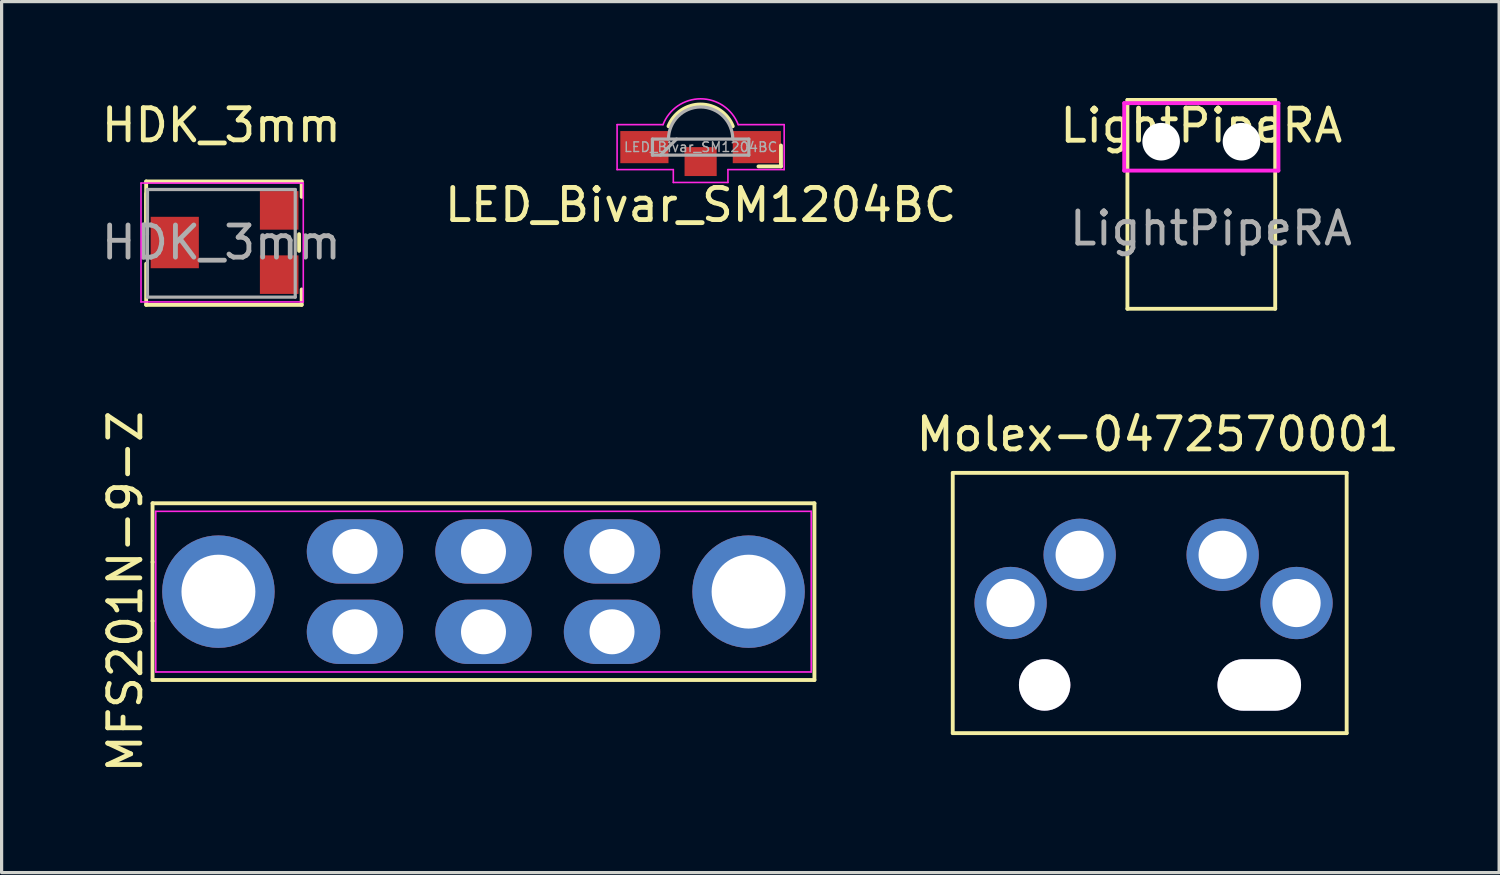
<source format=kicad_pcb>
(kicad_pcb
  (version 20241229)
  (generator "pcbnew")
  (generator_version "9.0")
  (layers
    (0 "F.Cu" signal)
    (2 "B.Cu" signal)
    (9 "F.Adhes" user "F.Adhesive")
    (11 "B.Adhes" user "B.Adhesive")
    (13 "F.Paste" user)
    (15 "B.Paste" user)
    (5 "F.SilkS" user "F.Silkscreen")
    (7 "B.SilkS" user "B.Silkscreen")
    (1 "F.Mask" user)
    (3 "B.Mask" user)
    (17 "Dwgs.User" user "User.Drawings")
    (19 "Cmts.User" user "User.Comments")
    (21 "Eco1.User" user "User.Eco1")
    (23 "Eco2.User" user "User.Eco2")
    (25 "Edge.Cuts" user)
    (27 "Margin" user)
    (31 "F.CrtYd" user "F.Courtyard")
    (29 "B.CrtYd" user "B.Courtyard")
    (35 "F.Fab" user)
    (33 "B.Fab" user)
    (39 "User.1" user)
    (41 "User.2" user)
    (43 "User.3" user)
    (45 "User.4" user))
  (footprint "LED_Bivar_SM1204BC"
    (layer "F.Cu")
    (at 18.756 1.529)
    (property "Reference" "LED_Bivar_SM1204BC" (at 0 1.8 0) (layer "F.SilkS") (effects (font (size 1 1) (thickness 0.15))))
    (attr smd)
    (fp_line (start 1.8 0.6) (end 2.5 0.6) (stroke (width 0.12) (type solid)) (layer "F.SilkS"))
    (fp_line (start 2.5 -0.05) (end 2.5 0.6) (stroke (width 0.12) (type solid)) (layer "F.SilkS"))
    (fp_arc (start -1 -0.65) (mid 0 -1.327033) (end 1 -0.65) (stroke (width 0.12) (type solid)) (layer "F.SilkS"))
    (fp_line (start -2.6 -0.7) (end -1.17 -0.7) (stroke (width 0.05) (type solid)) (layer "F.CrtYd"))
    (fp_line (start -2.6 0.7) (end -2.6 -0.7) (stroke (width 0.05) (type solid)) (layer "F.CrtYd"))
    (fp_line (start -2.6 0.7) (end -0.85 0.7) (stroke (width 0.05) (type solid)) (layer "F.CrtYd"))
    (fp_line (start -0.85 0.7) (end -0.85 1.1) (stroke (width 0.05) (type solid)) (layer "F.CrtYd"))
    (fp_line (start -0.85 1.1) (end 0.85 1.1) (stroke (width 0.05) (type solid)) (layer "F.CrtYd"))
    (fp_line (start 0.85 0.7) (end 2.6 0.7) (stroke (width 0.05) (type solid)) (layer "F.CrtYd"))
    (fp_line (start 0.85 1.1) (end 0.85 0.7) (stroke (width 0.05) (type solid)) (layer "F.CrtYd"))
    (fp_line (start 2.6 -0.7) (end 1.17 -0.7) (stroke (width 0.05) (type solid)) (layer "F.CrtYd"))
    (fp_line (start 2.6 0.7) (end 2.6 -0.7) (stroke (width 0.05) (type solid)) (layer "F.CrtYd"))
    (fp_arc (start -1.17 -0.7) (mid 0 -1.503555) (end 1.17 -0.7) (stroke (width 0.05) (type solid)) (layer "F.CrtYd"))
    (fp_line (start -1.5 -0.25) (end -1.5 0.25) (stroke (width 0.1) (type solid)) (layer "F.Fab"))
    (fp_line (start -1.5 0.25) (end 1.5 0.25) (stroke (width 0.1) (type solid)) (layer "F.Fab"))
    (fp_line (start -0.75 -0.25) (end -1.25 0.25) (stroke (width 0.1) (type solid)) (layer "F.Fab"))
    (fp_line (start 1.5 -0.25) (end -1.5 -0.25) (stroke (width 0.1) (type solid)) (layer "F.Fab"))
    (fp_line (start 1.5 0.25) (end 1.5 -0.25) (stroke (width 0.1) (type solid)) (layer "F.Fab"))
    (fp_arc (start -1 -0.25) (mid 0 -1.25) (end 1 -0.25) (stroke (width 0.1) (type solid)) (layer "F.Fab"))
    (fp_text user "${REFERENCE}" (at 0 0 0) (layer "F.Fab") (effects (font (size 0.3 0.3) (thickness 0.045))))
    (pad "1" smd rect (at 1.75 0) (size 1.5 1) (layers "F.Cu" "F.Mask" "F.Paste"))
    (pad "2" smd rect (at 0 0.45) (size 1 0.9) (layers "F.Cu" "F.Mask" "F.Paste"))
    (pad "3" smd rect (at -1.75 0) (size 1.5 1) (layers "F.Cu" "F.Mask" "F.Paste")))
  (footprint "MFS201N−9−Z"
    (layer "F.Cu")
    (at 11.998 15.364)
    (property "Reference" "MFS201N−9−Z" (at -11.15 0 90) (layer "F.SilkS") (effects (font (size 1 1) (thickness 0.15))))
    (fp_line (start -10.3 -2.753) (end -10.3 -0.92) (stroke (width 0.12) (type solid)) (layer "F.SilkS"))
    (fp_line (start -10.3 -0.92) (end -10.3 0.913) (stroke (width 0.12) (type solid)) (layer "F.SilkS"))
    (fp_line (start -10.3 0.913) (end -10.3 2.747) (stroke (width 0.12) (type solid)) (layer "F.SilkS"))
    (fp_line (start -10.3 2.75) (end 10.3 2.75) (stroke (width 0.12) (type solid)) (layer "F.SilkS"))
    (fp_line (start 10.3 -2.75) (end -10.3 -2.75) (stroke (width 0.12) (type solid)) (layer "F.SilkS"))
    (fp_line (start 10.3 2.75) (end 10.3 -2.75) (stroke (width 0.12) (type solid)) (layer "F.SilkS"))
    (fp_line (start -10.2 -2.5) (end 10.2 -2.5) (stroke (width 0.05) (type solid)) (layer "F.CrtYd"))
    (fp_line (start -10.2 2.5) (end -10.2 -2.5) (stroke (width 0.05) (type solid)) (layer "F.CrtYd"))
    (fp_line (start 10.2 -2.5) (end 10.2 2.5) (stroke (width 0.05) (type solid)) (layer "F.CrtYd"))
    (fp_line (start 10.2 2.5) (end -10.2 2.5) (stroke (width 0.05) (type solid)) (layer "F.CrtYd"))
    (pad "1" thru_hole oval (at -4 -1.25) (size 3 2) (drill 1.4) (layers "*.Cu" "*.Mask"))
    (pad "2" thru_hole oval (at 0 -1.25) (size 3 2) (drill 1.4) (layers "*.Cu" "*.Mask"))
    (pad "3" thru_hole oval (at 4 -1.25) (size 3 2) (drill 1.4) (layers "*.Cu" "*.Mask"))
    (pad "4" thru_hole oval (at -4 1.25) (size 3 2) (drill 1.4) (layers "*.Cu" "*.Mask"))
    (pad "5" thru_hole oval (at 0 1.25) (size 3 2) (drill 1.4) (layers "*.Cu" "*.Mask"))
    (pad "6" thru_hole oval (at 4 1.25) (size 3 2) (drill 1.4) (layers "*.Cu" "*.Mask"))
    (pad "7" thru_hole circle (at -8.25 0) (size 3.5 3.5) (drill 2.3) (layers "*.Cu" "*.Mask"))
    (pad "8" thru_hole circle (at 8.25 0) (size 3.5 3.5) (drill 2.3) (layers "*.Cu" "*.Mask")))
  (footprint "HDK_3mm"
    (layer "F.Cu")
    (at 3.839 4.498)
    (property "Reference" "HDK_3mm" (at 0 -3.65 0) (layer "F.SilkS") (effects (font (size 1 1) (thickness 0.15))))
    (attr smd)
    (fp_line (start -2.34 -1.9) (end -2.34 -0.62) (stroke (width 0.12) (type solid)) (layer "F.SilkS"))
    (fp_line (start -2.34 -1.9) (end 2.5 -1.9) (stroke (width 0.12) (type solid)) (layer "F.SilkS"))
    (fp_line (start -2.34 -1.52) (end -2.34 -0.62) (stroke (width 0.12) (type solid)) (layer "F.SilkS"))
    (fp_line (start -2.34 0.66) (end -2.34 1.94) (stroke (width 0.12) (type solid)) (layer "F.SilkS"))
    (fp_line (start -2.34 1.94) (end 2.5 1.94) (stroke (width 0.12) (type solid)) (layer "F.SilkS"))
    (fp_line (start 2.42 -0.26) (end 2.42 0.26) (stroke (width 0.12) (type solid)) (layer "F.SilkS"))
    (fp_line (start 2.5 -1.9) (end 2.5 -1.42) (stroke (width 0.12) (type solid)) (layer "F.SilkS"))
    (fp_line (start 2.5 1.46) (end 2.5 1.94) (stroke (width 0.12) (type solid)) (layer "F.SilkS"))
    (fp_line (start -2.5 -1.85) (end -2.5 1.85) (stroke (width 0.05) (type solid)) (layer "F.CrtYd"))
    (fp_line (start -2.5 1.85) (end 2.55 1.85) (stroke (width 0.05) (type solid)) (layer "F.CrtYd"))
    (fp_line (start 2.55 -1.85) (end -2.5 -1.85) (stroke (width 0.05) (type solid)) (layer "F.CrtYd"))
    (fp_line (start 2.55 1.85) (end 2.55 -1.85) (stroke (width 0.05) (type solid)) (layer "F.CrtYd"))
    (fp_line (start -2.3 -1.65) (end -2.3 -0.24) (stroke (width 0.1) (type solid)) (layer "F.Fab"))
    (fp_line (start -2.3 -1.65) (end -2.3 1.7) (stroke (width 0.1) (type solid)) (layer "F.Fab"))
    (fp_line (start -2.3 -1.13) (end -2.3 -1.13) (stroke (width 0.1) (type solid)) (layer "F.Fab"))
    (fp_line (start -2.3 -0.24) (end -2.3 -0.24) (stroke (width 0.1) (type solid)) (layer "F.Fab"))
    (fp_line (start -2.3 1.7) (end 2.3 1.7) (stroke (width 0.1) (type solid)) (layer "F.Fab"))
    (fp_line (start 2.3 -1.65) (end -2.3 -1.65) (stroke (width 0.1) (type solid)) (layer "F.Fab"))
    (fp_line (start 2.3 1.7) (end 2.3 -1.65) (stroke (width 0.1) (type solid)) (layer "F.Fab"))
    (fp_text user "${REFERENCE}" (at 0 0 0) (layer "F.Fab") (effects (font (size 1 1) (thickness 0.15))))
    (pad "1" smd rect (at 1.8 -1) (size 1.2 1.2) (layers "F.Cu" "F.Mask" "F.Paste"))
    (pad "2" smd rect (at -1.45 0) (size 1.5 1.6) (layers "F.Cu" "F.Mask" "F.Paste"))
    (pad "3" smd rect (at 1.8 1) (size 1.2 1.2) (layers "F.Cu" "F.Mask" "F.Paste")))
  (footprint "Molex-0472570001"
    (layer "F.Cu")
    (at 32.733 15.718)
    (property "Reference" "Molex-0472570001" (at 0.25 -5.25 0) (layer "F.SilkS") (effects (font (size 1 1) (thickness 0.15))))
    (attr through_hole)
    (fp_line (start -6.13 -4.05) (end 6.13 -4.05) (stroke (width 0.12) (type solid)) (layer "F.SilkS"))
    (fp_line (start -6.13 4.05) (end -6.13 -4.05) (stroke (width 0.12) (type solid)) (layer "F.SilkS"))
    (fp_line (start -6.13 4.05) (end 6.13 4.05) (stroke (width 0.12) (type solid)) (layer "F.SilkS"))
    (fp_line (start 6.13 -4.05) (end 6.13 4.05) (stroke (width 0.12) (type solid)) (layer "F.SilkS"))
    (pad "1" thru_hole circle (at -4.33 0) (size 2.25 2.25) (drill 1.5) (layers "*.Cu" "*.Mask"))
    (pad "2" thru_hole circle (at 4.57 0) (size 2.25 2.25) (drill 1.5) (layers "*.Cu" "*.Mask"))
    (pad "3" thru_hole circle (at -2.18 -1.5) (size 2.25 2.25) (drill 1.5) (layers "*.Cu" "*.Mask"))
    (pad "4" thru_hole circle (at 2.27 -1.5) (size 2.25 2.25) (drill 1.5) (layers "*.Cu" "*.Mask"))
    (pad "5" thru_hole oval (at 3.41 2.55) (size 2.6 1.6) (drill oval 2.6 1.6) (layers "*.Cu" "*.Mask"))
    (pad "6" thru_hole circle (at -3.27 2.55) (size 1.6 1.6) (drill 1.6) (layers "*.Cu" "*.Mask")))
  (footprint "LightPipeRA"
    (layer "F.Cu")
    (at 34.339 4.06)
    (property "Reference" "LightPipeRA" (at 0 -3.2 0) (layer "F.SilkS") (effects (font (size 1 1) (thickness 0.15))))
    (attr exclude_from_pos_files exclude_from_bom)
    (fp_line (start -2.3 -4) (end -2.3 2.5) (stroke (width 0.12) (type solid)) (layer "F.SilkS"))
    (fp_line (start -2.3 2.5) (end 2.3 2.5) (stroke (width 0.12) (type solid)) (layer "F.SilkS"))
    (fp_line (start 2.3 -4) (end -2.3 -4) (stroke (width 0.12) (type solid)) (layer "F.SilkS"))
    (fp_line (start 2.3 2.5) (end 2.3 -4) (stroke (width 0.12) (type solid)) (layer "F.SilkS"))
    (fp_line (start -2.4 -3.9) (end -2.4 -1.8) (stroke (width 0.12) (type solid)) (layer "F.CrtYd"))
    (fp_line (start -2.4 -1.8) (end 2.4 -1.8) (stroke (width 0.12) (type solid)) (layer "F.CrtYd"))
    (fp_line (start 2.4 -3.9) (end -2.4 -3.9) (stroke (width 0.12) (type solid)) (layer "F.CrtYd"))
    (fp_line (start 2.4 -1.8) (end 2.4 -3.9) (stroke (width 0.12) (type solid)) (layer "F.CrtYd"))
    (fp_text user "${REFERENCE}" (at 0.3 0 0) (layer "F.Fab") (effects (font (size 1 1) (thickness 0.15))))
    (pad "" np_thru_hole circle (at -1.25 -2.7) (size 1.17 1.17) (drill 1.17) (layers "*.Cu" "*.Mask"))
    (pad "" np_thru_hole circle (at 1.25 -2.7) (size 1.17 1.17) (drill 1.17) (layers "*.Cu" "*.Mask")))
  (gr_rect
    (start -3 -3)
    (end 43.608 24.108)
    (stroke (width 0.1) (type default))
    (fill no)
    (layer "Edge.Cuts")))
</source>
